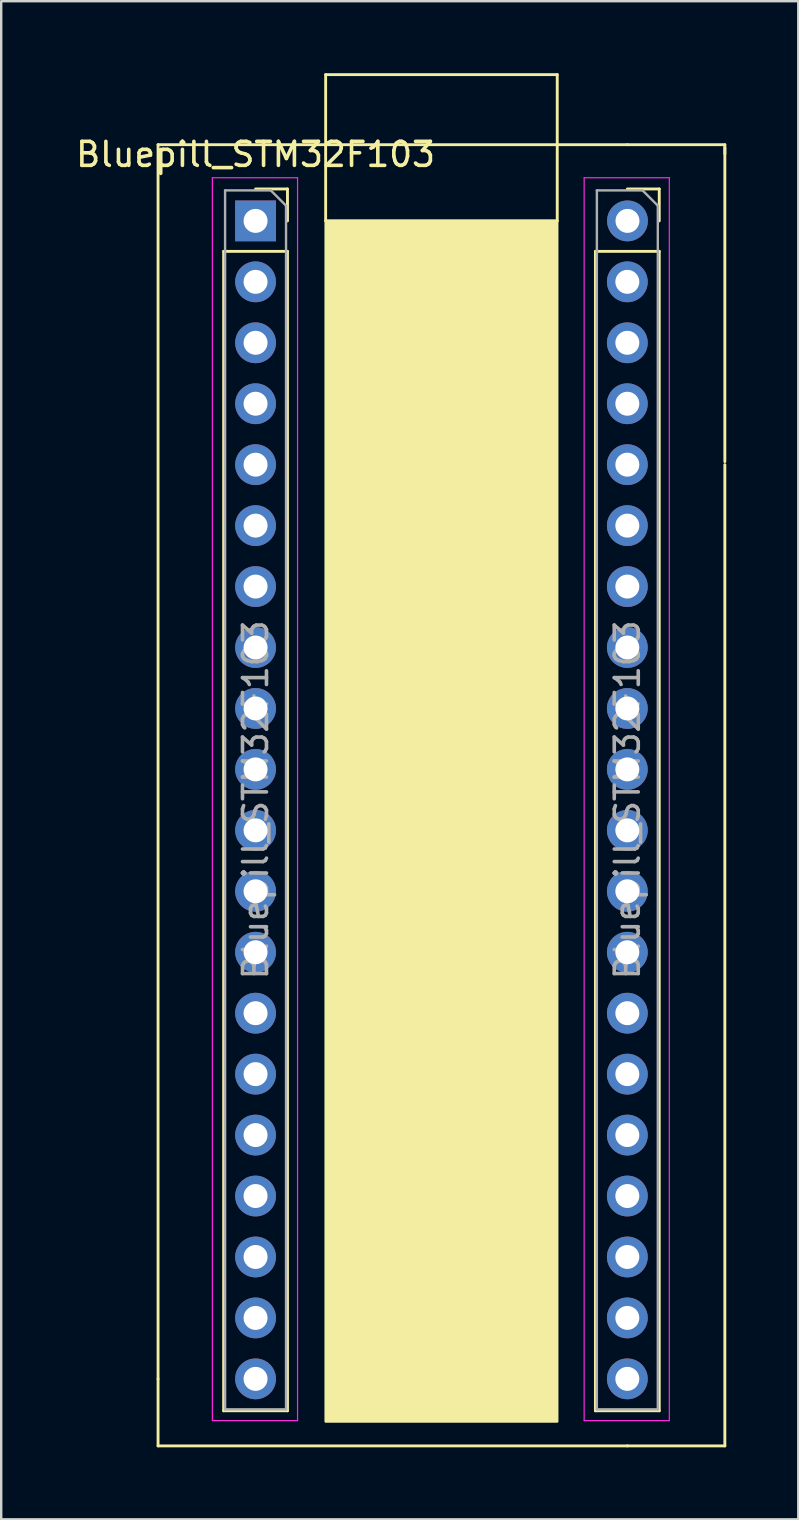
<source format=kicad_pcb>
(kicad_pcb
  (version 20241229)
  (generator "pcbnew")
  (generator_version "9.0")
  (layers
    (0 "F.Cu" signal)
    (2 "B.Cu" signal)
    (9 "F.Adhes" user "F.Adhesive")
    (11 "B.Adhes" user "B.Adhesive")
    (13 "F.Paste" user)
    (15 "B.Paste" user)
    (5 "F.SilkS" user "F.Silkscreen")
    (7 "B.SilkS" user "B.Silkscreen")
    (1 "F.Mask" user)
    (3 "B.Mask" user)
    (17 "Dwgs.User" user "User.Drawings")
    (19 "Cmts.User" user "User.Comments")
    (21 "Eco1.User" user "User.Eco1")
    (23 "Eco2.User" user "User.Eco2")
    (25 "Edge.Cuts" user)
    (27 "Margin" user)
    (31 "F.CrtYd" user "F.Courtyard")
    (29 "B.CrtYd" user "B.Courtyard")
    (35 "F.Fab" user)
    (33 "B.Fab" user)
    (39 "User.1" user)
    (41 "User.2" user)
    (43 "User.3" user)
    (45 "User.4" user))
  (footprint "Bluepill_STM32F103"
    (layer "F.Cu")
    (at 15.094 30.286)
    (property "Reference" "Bluepill_STM32F103" (at -7.493 -26.9 0) (layer "F.SilkS") (effects (font (size 1 1) (thickness 0.15))))
    (attr through_hole)
    (fp_line (start -11.557 24.13) (end -11.557 -27.305) (stroke (width 0.12) (type solid)) (layer "F.SilkS"))
    (fp_line (start -11.557 24.13) (end -11.557 26.924) (stroke (width 0.12) (type solid)) (layer "F.SilkS"))
    (fp_line (start -8.823 -22.86) (end -8.823 25.46) (stroke (width 0.12) (type solid)) (layer "F.SilkS"))
    (fp_line (start -8.823 -22.86) (end -6.163 -22.86) (stroke (width 0.12) (type solid)) (layer "F.SilkS"))
    (fp_line (start -8.823 25.46) (end -6.163 25.46) (stroke (width 0.12) (type solid)) (layer "F.SilkS"))
    (fp_line (start -7.493 -25.46) (end -6.163 -25.46) (stroke (width 0.12) (type solid)) (layer "F.SilkS"))
    (fp_line (start -6.163 -25.46) (end -6.163 -24.13) (stroke (width 0.12) (type solid)) (layer "F.SilkS"))
    (fp_line (start -6.163 -22.86) (end -6.163 25.46) (stroke (width 0.12) (type solid)) (layer "F.SilkS"))
    (fp_line (start -4.572 -24.13) (end -4.572 -30.226) (stroke (width 0.12) (type solid)) (layer "F.SilkS"))
    (fp_line (start -4.572 -24.13) (end 5.08 -24.13) (stroke (width 0.12) (type solid)) (layer "F.SilkS"))
    (fp_line (start 5.08 -30.226) (end -4.572 -30.226) (stroke (width 0.12) (type solid)) (layer "F.SilkS"))
    (fp_line (start 5.08 -24.13) (end 5.08 -30.226) (stroke (width 0.12) (type solid)) (layer "F.SilkS"))
    (fp_line (start 6.671 -22.86) (end 6.671 25.46) (stroke (width 0.12) (type solid)) (layer "F.SilkS"))
    (fp_line (start 6.671 -22.86) (end 9.331 -22.86) (stroke (width 0.12) (type solid)) (layer "F.SilkS"))
    (fp_line (start 6.671 25.46) (end 9.331 25.46) (stroke (width 0.12) (type solid)) (layer "F.SilkS"))
    (fp_line (start 8.001 -27.305) (end -11.557 -27.305) (stroke (width 0.12) (type solid)) (layer "F.SilkS"))
    (fp_line (start 8.001 -27.305) (end 12.065 -27.305) (stroke (width 0.12) (type solid)) (layer "F.SilkS"))
    (fp_line (start 8.001 -25.46) (end 9.331 -25.46) (stroke (width 0.12) (type solid)) (layer "F.SilkS"))
    (fp_line (start 8.001 26.924) (end -11.557 26.924) (stroke (width 0.12) (type solid)) (layer "F.SilkS"))
    (fp_line (start 8.001 26.924) (end 12.065 26.924) (stroke (width 0.12) (type solid)) (layer "F.SilkS"))
    (fp_line (start 9.331 -25.46) (end 9.331 -24.13) (stroke (width 0.12) (type solid)) (layer "F.SilkS"))
    (fp_line (start 9.331 -22.86) (end 9.331 25.46) (stroke (width 0.12) (type solid)) (layer "F.SilkS"))
    (fp_line (start 12.065 -27.305) (end 12.065 -26.924) (stroke (width 0.12) (type solid)) (layer "F.SilkS"))
    (fp_line (start 12.065 -14.097) (end 12.065 -27.178) (stroke (width 0.12) (type solid)) (layer "F.SilkS"))
    (fp_line (start 12.065 -13.97) (end 12.065 26.924) (stroke (width 0.12) (type solid)) (layer "F.SilkS"))
    (fp_poly (pts (xy 5.08 25.908) (xy -4.572 25.908) (xy -4.572 -24.13) (xy 5.08 -24.13)) (stroke (width 0.1) (type solid)) (fill yes) (layer "F.SilkS"))
    (fp_line (start -9.293 -25.93) (end -5.743 -25.93) (stroke (width 0.05) (type solid)) (layer "F.CrtYd"))
    (fp_line (start -9.293 25.87) (end -9.293 -25.93) (stroke (width 0.05) (type solid)) (layer "F.CrtYd"))
    (fp_line (start -5.743 -25.93) (end -5.743 25.87) (stroke (width 0.05) (type solid)) (layer "F.CrtYd"))
    (fp_line (start -5.743 25.87) (end -9.293 25.87) (stroke (width 0.05) (type solid)) (layer "F.CrtYd"))
    (fp_line (start 6.201 -25.93) (end 9.751 -25.93) (stroke (width 0.05) (type solid)) (layer "F.CrtYd"))
    (fp_line (start 6.201 25.87) (end 6.201 -25.93) (stroke (width 0.05) (type solid)) (layer "F.CrtYd"))
    (fp_line (start 9.751 -25.93) (end 9.751 25.87) (stroke (width 0.05) (type solid)) (layer "F.CrtYd"))
    (fp_line (start 9.751 25.87) (end 6.201 25.87) (stroke (width 0.05) (type solid)) (layer "F.CrtYd"))
    (fp_line (start -8.763 -25.4) (end -6.858 -25.4) (stroke (width 0.1) (type solid)) (layer "F.Fab"))
    (fp_line (start -8.763 25.4) (end -8.763 -25.4) (stroke (width 0.1) (type solid)) (layer "F.Fab"))
    (fp_line (start -6.858 -25.4) (end -6.223 -24.765) (stroke (width 0.1) (type solid)) (layer "F.Fab"))
    (fp_line (start -6.223 -24.765) (end -6.223 25.4) (stroke (width 0.1) (type solid)) (layer "F.Fab"))
    (fp_line (start -6.223 25.4) (end -8.763 25.4) (stroke (width 0.1) (type solid)) (layer "F.Fab"))
    (fp_line (start 6.731 -25.4) (end 8.636 -25.4) (stroke (width 0.1) (type solid)) (layer "F.Fab"))
    (fp_line (start 6.731 25.4) (end 6.731 -25.4) (stroke (width 0.1) (type solid)) (layer "F.Fab"))
    (fp_line (start 8.636 -25.4) (end 9.271 -24.765) (stroke (width 0.1) (type solid)) (layer "F.Fab"))
    (fp_line (start 9.271 -24.765) (end 9.271 25.4) (stroke (width 0.1) (type solid)) (layer "F.Fab"))
    (fp_line (start 9.271 25.4) (end 6.731 25.4) (stroke (width 0.1) (type solid)) (layer "F.Fab"))
    (fp_text user "${REFERENCE}" (at 8.001 0 90) (layer "F.Fab") (effects (font (size 1 1) (thickness 0.15))))
    (fp_text user "${REFERENCE}" (at -7.493 0 90) (layer "F.Fab") (effects (font (size 1 1) (thickness 0.15))))
    (pad "1" thru_hole rect (at -7.493 -24.13) (size 1.7 1.7) (drill 1) (layers "*.Cu" "*.Mask"))
    (pad "2" thru_hole oval (at -7.493 -21.59) (size 1.7 1.7) (drill 1) (layers "*.Cu" "*.Mask"))
    (pad "3" thru_hole oval (at -7.493 -19.05) (size 1.7 1.7) (drill 1) (layers "*.Cu" "*.Mask"))
    (pad "4" thru_hole oval (at -7.493 -16.51) (size 1.7 1.7) (drill 1) (layers "*.Cu" "*.Mask"))
    (pad "5" thru_hole oval (at -7.493 -13.97) (size 1.7 1.7) (drill 1) (layers "*.Cu" "*.Mask"))
    (pad "6" thru_hole oval (at -7.493 -11.43) (size 1.7 1.7) (drill 1) (layers "*.Cu" "*.Mask"))
    (pad "7" thru_hole oval (at -7.493 -8.89) (size 1.7 1.7) (drill 1) (layers "*.Cu" "*.Mask"))
    (pad "8" thru_hole oval (at -7.493 -6.35) (size 1.7 1.7) (drill 1) (layers "*.Cu" "*.Mask"))
    (pad "9" thru_hole oval (at -7.493 -3.81) (size 1.7 1.7) (drill 1) (layers "*.Cu" "*.Mask"))
    (pad "10" thru_hole oval (at -7.493 -1.27) (size 1.7 1.7) (drill 1) (layers "*.Cu" "*.Mask"))
    (pad "11" thru_hole oval (at -7.493 1.27) (size 1.7 1.7) (drill 1) (layers "*.Cu" "*.Mask"))
    (pad "12" thru_hole oval (at -7.493 3.81) (size 1.7 1.7) (drill 1) (layers "*.Cu" "*.Mask"))
    (pad "13" thru_hole oval (at -7.493 6.35) (size 1.7 1.7) (drill 1) (layers "*.Cu" "*.Mask"))
    (pad "14" thru_hole oval (at -7.493 8.89) (size 1.7 1.7) (drill 1) (layers "*.Cu" "*.Mask"))
    (pad "15" thru_hole oval (at -7.493 11.43) (size 1.7 1.7) (drill 1) (layers "*.Cu" "*.Mask"))
    (pad "16" thru_hole oval (at -7.493 13.97) (size 1.7 1.7) (drill 1) (layers "*.Cu" "*.Mask"))
    (pad "17" thru_hole oval (at -7.493 16.51) (size 1.7 1.7) (drill 1) (layers "*.Cu" "*.Mask"))
    (pad "18" thru_hole oval (at -7.493 19.05) (size 1.7 1.7) (drill 1) (layers "*.Cu" "*.Mask"))
    (pad "19" thru_hole oval (at -7.493 21.59) (size 1.7 1.7) (drill 1) (layers "*.Cu" "*.Mask"))
    (pad "20" thru_hole oval (at -7.493 24.13) (size 1.7 1.7) (drill 1) (layers "*.Cu" "*.Mask"))
    (pad "21" thru_hole oval (at 8.001 24.13) (size 1.7 1.7) (drill 1) (layers "*.Cu" "*.Mask"))
    (pad "22" thru_hole oval (at 8.001 21.59) (size 1.7 1.7) (drill 1) (layers "*.Cu" "*.Mask"))
    (pad "23" thru_hole oval (at 8.001 19.05) (size 1.7 1.7) (drill 1) (layers "*.Cu" "*.Mask"))
    (pad "24" thru_hole oval (at 8.001 16.51) (size 1.7 1.7) (drill 1) (layers "*.Cu" "*.Mask"))
    (pad "25" thru_hole oval (at 8.001 13.97) (size 1.7 1.7) (drill 1) (layers "*.Cu" "*.Mask"))
    (pad "26" thru_hole oval (at 8.001 11.43) (size 1.7 1.7) (drill 1) (layers "*.Cu" "*.Mask"))
    (pad "27" thru_hole oval (at 8.001 8.89) (size 1.7 1.7) (drill 1) (layers "*.Cu" "*.Mask"))
    (pad "28" thru_hole oval (at 8.001 6.35) (size 1.7 1.7) (drill 1) (layers "*.Cu" "*.Mask"))
    (pad "29" thru_hole oval (at 8.001 3.81) (size 1.7 1.7) (drill 1) (layers "*.Cu" "*.Mask"))
    (pad "30" thru_hole oval (at 8.001 1.27) (size 1.7 1.7) (drill 1) (layers "*.Cu" "*.Mask"))
    (pad "31" thru_hole oval (at 8.001 -1.27) (size 1.7 1.7) (drill 1) (layers "*.Cu" "*.Mask"))
    (pad "32" thru_hole oval (at 8.001 -3.81) (size 1.7 1.7) (drill 1) (layers "*.Cu" "*.Mask"))
    (pad "33" thru_hole oval (at 8.001 -6.35) (size 1.7 1.7) (drill 1) (layers "*.Cu" "*.Mask"))
    (pad "34" thru_hole oval (at 8.001 -8.89) (size 1.7 1.7) (drill 1) (layers "*.Cu" "*.Mask"))
    (pad "35" thru_hole oval (at 8.001 -11.43) (size 1.7 1.7) (drill 1) (layers "*.Cu" "*.Mask"))
    (pad "36" thru_hole oval (at 8.001 -13.97) (size 1.7 1.7) (drill 1) (layers "*.Cu" "*.Mask"))
    (pad "37" thru_hole oval (at 8.001 -16.51) (size 1.7 1.7) (drill 1) (layers "*.Cu" "*.Mask"))
    (pad "38" thru_hole oval (at 8.001 -19.05) (size 1.7 1.7) (drill 1) (layers "*.Cu" "*.Mask"))
    (pad "39" thru_hole oval (at 8.001 -21.59) (size 1.7 1.7) (drill 1) (layers "*.Cu" "*.Mask"))
    (pad "40" thru_hole circle (at 8.007 -24.13) (size 1.7 1.7) (drill 1) (layers "*.Cu" "*.Mask")))
  (gr_rect
    (start -3 -3)
    (end 30.219 60.27)
    (stroke (width 0.1) (type default))
    (fill no)
    (layer "Edge.Cuts")))
</source>
